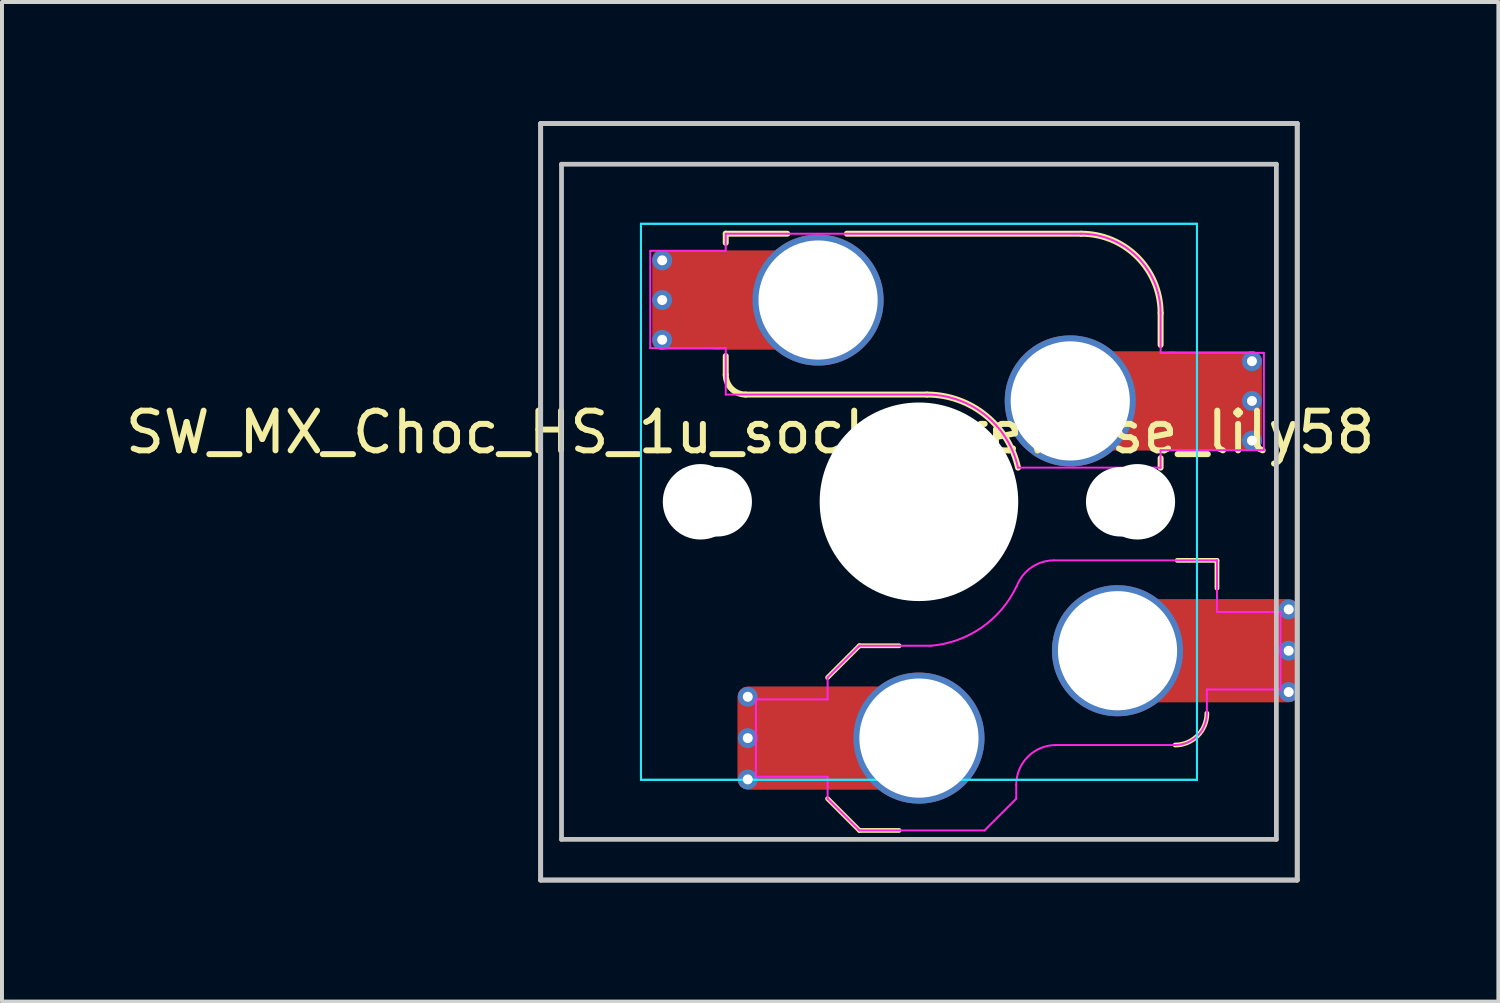
<source format=kicad_pcb>
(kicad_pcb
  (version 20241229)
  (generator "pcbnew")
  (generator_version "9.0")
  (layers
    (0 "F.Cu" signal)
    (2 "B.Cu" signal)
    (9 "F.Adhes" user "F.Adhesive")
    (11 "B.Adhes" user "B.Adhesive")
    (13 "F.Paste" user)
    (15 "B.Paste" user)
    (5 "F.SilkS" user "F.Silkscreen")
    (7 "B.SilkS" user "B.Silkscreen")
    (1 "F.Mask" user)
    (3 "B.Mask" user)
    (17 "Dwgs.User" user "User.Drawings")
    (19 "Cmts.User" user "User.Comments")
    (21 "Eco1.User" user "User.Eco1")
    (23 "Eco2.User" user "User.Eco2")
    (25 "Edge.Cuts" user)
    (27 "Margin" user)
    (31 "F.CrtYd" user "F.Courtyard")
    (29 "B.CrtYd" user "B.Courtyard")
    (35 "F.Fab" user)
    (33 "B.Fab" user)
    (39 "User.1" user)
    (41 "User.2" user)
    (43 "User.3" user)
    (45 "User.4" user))
  (footprint "SW_MX_Choc_HS_1u_socket_reverse_lily58"
    (layer "F.Cu")
    (at 20.089 9.585)
    (property "Reference" "SW_MX_Choc_HS_1u_socket_reverse_lily58" (at -4.25 -1.75 0) (layer "F.SilkS") (effects (font (size 1 1) (thickness 0.15))))
    (attr smd)
    (fp_line (start -4.865 -6.75) (end -4.865 -6.52) (stroke (width 0.15) (type solid)) (layer "F.SilkS"))
    (fp_line (start -4.865 -3.67) (end -4.865 -3.2) (stroke (width 0.15) (type solid)) (layer "F.SilkS"))
    (fp_line (start -4.365 -2.7) (end 0.2 -2.7) (stroke (width 0.15) (type solid)) (layer "F.SilkS"))
    (fp_line (start -3.315 -6.75) (end -4.865 -6.75) (stroke (width 0.15) (type solid)) (layer "F.SilkS"))
    (fp_line (start -2.3 7.475) (end -1.5 8.275) (stroke (width 0.12) (type solid)) (layer "F.SilkS"))
    (fp_line (start -1.5 3.625) (end -2.3 4.425) (stroke (width 0.12) (type solid)) (layer "F.SilkS"))
    (fp_line (start -1.5 3.625) (end -0.5 3.625) (stroke (width 0.12) (type solid)) (layer "F.SilkS"))
    (fp_line (start -1.5 8.275) (end -0.5 8.275) (stroke (width 0.12) (type solid)) (layer "F.SilkS"))
    (fp_line (start 4.085 -6.75) (end -1.815 -6.75) (stroke (width 0.15) (type solid)) (layer "F.SilkS"))
    (fp_line (start 6.085 -3.95) (end 6.085 -4.75) (stroke (width 0.15) (type solid)) (layer "F.SilkS"))
    (fp_line (start 6.085 -1.1) (end 6.085 -0.86) (stroke (width 0.15) (type solid)) (layer "F.SilkS"))
    (fp_line (start 7.504 1.475) (end 6.504 1.475) (stroke (width 0.12) (type solid)) (layer "F.SilkS"))
    (fp_line (start 7.504 1.475) (end 7.504 2.175) (stroke (width 0.12) (type solid)) (layer "F.SilkS"))
    (fp_arc (start -4.364824 -2.70022) (mid -4.718377 -2.846667) (end -4.864824 -3.20022) (stroke (width 0.15) (type solid)) (layer "F.SilkS"))
    (fp_arc (start 0.2 -2.70022) (mid 1.670693 -2.183637) (end 2.494322 -0.86022) (stroke (width 0.15) (type solid)) (layer "F.SilkS"))
    (fp_arc (start 4.085176 -6.75022) (mid 5.49939 -6.164434) (end 6.085176 -4.75022) (stroke (width 0.15) (type solid)) (layer "F.SilkS"))
    (fp_arc (start 7.25 5.325) (mid 7.015685 5.890685) (end 6.45 6.125) (stroke (width 0.12) (type solid)) (layer "F.SilkS"))
    (fp_line (start -9.525 -9.525) (end 9.525 -9.525) (stroke (width 0.12) (type solid)) (layer "Dwgs.User"))
    (fp_line (start -9.525 -9.525) (end 9.525 -9.525) (stroke (width 0.12) (type solid)) (layer "Dwgs.User"))
    (fp_line (start -9.525 9.525) (end -9.525 -9.525) (stroke (width 0.12) (type solid)) (layer "Dwgs.User"))
    (fp_line (start -9.525 9.525) (end -9.525 -9.525) (stroke (width 0.12) (type solid)) (layer "Dwgs.User"))
    (fp_line (start -9 -8.5) (end -9 8.5) (stroke (width 0.12) (type solid)) (layer "Dwgs.User"))
    (fp_line (start -9 8.5) (end 9 8.5) (stroke (width 0.12) (type solid)) (layer "Dwgs.User"))
    (fp_line (start 9 -8.5) (end -9 -8.5) (stroke (width 0.12) (type solid)) (layer "Dwgs.User"))
    (fp_line (start 9 8.5) (end 9 -8.5) (stroke (width 0.12) (type solid)) (layer "Dwgs.User"))
    (fp_line (start 9.525 -9.525) (end 9.525 9.525) (stroke (width 0.12) (type solid)) (layer "Dwgs.User"))
    (fp_line (start 9.525 -9.525) (end 9.525 9.525) (stroke (width 0.12) (type solid)) (layer "Dwgs.User"))
    (fp_line (start 9.525 9.525) (end -9.525 9.525) (stroke (width 0.12) (type solid)) (layer "Dwgs.User"))
    (fp_line (start 9.525 9.525) (end -9.525 9.525) (stroke (width 0.12) (type solid)) (layer "Dwgs.User"))
    (fp_line (start -7 -6.5) (end -7 6.5) (stroke (width 0.05) (type solid)) (layer "Eco2.User"))
    (fp_line (start -6.95 -6.45) (end -6.95 6.45) (stroke (width 0.05) (type solid)) (layer "Eco2.User"))
    (fp_line (start -6.5 7) (end 6.5 7) (stroke (width 0.05) (type solid)) (layer "Eco2.User"))
    (fp_line (start -6.45 6.95) (end 6.45 6.95) (stroke (width 0.05) (type solid)) (layer "Eco2.User"))
    (fp_line (start 6.45 -6.95) (end -6.45 -6.95) (stroke (width 0.05) (type solid)) (layer "Eco2.User"))
    (fp_line (start 6.5 -7) (end -6.5 -7) (stroke (width 0.05) (type solid)) (layer "Eco2.User"))
    (fp_line (start 6.95 6.45) (end 6.95 -6.45) (stroke (width 0.05) (type solid)) (layer "Eco2.User"))
    (fp_line (start 7 6.5) (end 7 -6.5) (stroke (width 0.05) (type solid)) (layer "Eco2.User"))
    (fp_arc (start -7 -6.5) (mid -6.853553 -6.853553) (end -6.5 -7) (stroke (width 0.05) (type solid)) (layer "Eco2.User"))
    (fp_arc (start -6.95 -6.45) (mid -6.803553 -6.803553) (end -6.45 -6.95) (stroke (width 0.05) (type solid)) (layer "Eco2.User"))
    (fp_arc (start -6.497236 6.998884) (mid -6.850789 6.852437) (end -6.997236 6.498884) (stroke (width 0.05) (type solid)) (layer "Eco2.User"))
    (fp_arc (start -6.45 6.95) (mid -6.803553 6.803553) (end -6.95 6.45) (stroke (width 0.05) (type solid)) (layer "Eco2.User"))
    (fp_arc (start 6.45 -6.95) (mid 6.803553 -6.803553) (end 6.95 -6.45) (stroke (width 0.05) (type solid)) (layer "Eco2.User"))
    (fp_arc (start 6.5 -7) (mid 6.853553 -6.853553) (end 7 -6.5) (stroke (width 0.05) (type solid)) (layer "Eco2.User"))
    (fp_arc (start 6.95 6.45) (mid 6.803553 6.803553) (end 6.45 6.95) (stroke (width 0.05) (type solid)) (layer "Eco2.User"))
    (fp_arc (start 7 6.5) (mid 6.853553 6.853553) (end 6.5 7) (stroke (width 0.05) (type solid)) (layer "Eco2.User"))
    (fp_line (start -7 -7) (end -7 7) (stroke (width 0.05) (type solid)) (layer "B.CrtYd"))
    (fp_line (start -7 -7) (end 7 -7) (stroke (width 0.05) (type solid)) (layer "B.CrtYd"))
    (fp_line (start -7 7) (end -7 -7) (stroke (width 0.05) (type solid)) (layer "B.CrtYd"))
    (fp_line (start -7 7) (end 7 7) (stroke (width 0.05) (type solid)) (layer "B.CrtYd"))
    (fp_line (start 7 -7) (end -7 -7) (stroke (width 0.05) (type solid)) (layer "B.CrtYd"))
    (fp_line (start 7 -7) (end 7 7) (stroke (width 0.05) (type solid)) (layer "B.CrtYd"))
    (fp_line (start 7 7) (end -7 7) (stroke (width 0.05) (type solid)) (layer "B.CrtYd"))
    (fp_line (start 7 7) (end 7 -7) (stroke (width 0.05) (type solid)) (layer "B.CrtYd"))
    (fp_line (start -6.765 -6.32) (end -4.865 -6.32) (stroke (width 0.05) (type solid)) (layer "F.CrtYd"))
    (fp_line (start -6.765 -3.87) (end -6.765 -6.32) (stroke (width 0.05) (type solid)) (layer "F.CrtYd"))
    (fp_line (start -4.865 -6.75) (end -4.865 -6.32) (stroke (width 0.05) (type solid)) (layer "F.CrtYd"))
    (fp_line (start -4.865 -3.87) (end -6.765 -3.87) (stroke (width 0.05) (type solid)) (layer "F.CrtYd"))
    (fp_line (start -4.865 -3.87) (end -4.865 -2.7) (stroke (width 0.05) (type solid)) (layer "F.CrtYd"))
    (fp_line (start -4.865 -2.7) (end 0.2 -2.7) (stroke (width 0.05) (type solid)) (layer "F.CrtYd"))
    (fp_line (start -4.104 4.975) (end -4.104 6.925) (stroke (width 0.05) (type solid)) (layer "F.CrtYd"))
    (fp_line (start -4.104 4.975) (end -2.3 4.975) (stroke (width 0.05) (type solid)) (layer "F.CrtYd"))
    (fp_line (start -4.104 6.925) (end -2.3 6.925) (stroke (width 0.05) (type solid)) (layer "F.CrtYd"))
    (fp_line (start -2.3 4.975) (end -2.3 4.425) (stroke (width 0.05) (type solid)) (layer "F.CrtYd"))
    (fp_line (start -2.3 7.475) (end -2.3 6.925) (stroke (width 0.05) (type solid)) (layer "F.CrtYd"))
    (fp_line (start -2.3 7.475) (end -1.5 8.275) (stroke (width 0.05) (type solid)) (layer "F.CrtYd"))
    (fp_line (start -1.5 3.625) (end -2.3 4.425) (stroke (width 0.05) (type solid)) (layer "F.CrtYd"))
    (fp_line (start -1.5 3.625) (end 0.3 3.625) (stroke (width 0.05) (type solid)) (layer "F.CrtYd"))
    (fp_line (start -1.5 8.275) (end 1.65 8.275) (stroke (width 0.05) (type solid)) (layer "F.CrtYd"))
    (fp_line (start 2.45 7.475) (end 1.65 8.275) (stroke (width 0.05) (type solid)) (layer "F.CrtYd"))
    (fp_line (start 2.45 7.475) (end 2.45 7.125) (stroke (width 0.05) (type solid)) (layer "F.CrtYd"))
    (fp_line (start 3.45 6.125) (end 6.45 6.125) (stroke (width 0.05) (type solid)) (layer "F.CrtYd"))
    (fp_line (start 4.085 -6.75) (end -4.865 -6.75) (stroke (width 0.05) (type solid)) (layer "F.CrtYd"))
    (fp_line (start 6.085 -3.75) (end 6.085 -4.75) (stroke (width 0.05) (type solid)) (layer "F.CrtYd"))
    (fp_line (start 6.085 -3.75) (end 8.685 -3.75) (stroke (width 0.05) (type solid)) (layer "F.CrtYd"))
    (fp_line (start 6.085 -1.3) (end 6.085 -0.86) (stroke (width 0.05) (type solid)) (layer "F.CrtYd"))
    (fp_line (start 6.085 -0.86) (end 2.494 -0.86) (stroke (width 0.05) (type solid)) (layer "F.CrtYd"))
    (fp_line (start 7.25 4.725) (end 9.104 4.725) (stroke (width 0.05) (type solid)) (layer "F.CrtYd"))
    (fp_line (start 7.25 5.325) (end 7.25 4.725) (stroke (width 0.05) (type solid)) (layer "F.CrtYd"))
    (fp_line (start 7.504 1.475) (end 3.4 1.475) (stroke (width 0.05) (type solid)) (layer "F.CrtYd"))
    (fp_line (start 7.504 1.475) (end 7.504 2.175) (stroke (width 0.05) (type solid)) (layer "F.CrtYd"))
    (fp_line (start 7.504 2.175) (end 7.504 2.775) (stroke (width 0.05) (type solid)) (layer "F.CrtYd"))
    (fp_line (start 8.685 -3.75) (end 8.685 -1.3) (stroke (width 0.05) (type solid)) (layer "F.CrtYd"))
    (fp_line (start 8.685 -1.3) (end 6.085 -1.3) (stroke (width 0.05) (type solid)) (layer "F.CrtYd"))
    (fp_line (start 9.104 2.775) (end 7.504 2.775) (stroke (width 0.05) (type solid)) (layer "F.CrtYd"))
    (fp_line (start 9.104 4.725) (end 9.104 2.775) (stroke (width 0.05) (type solid)) (layer "F.CrtYd"))
    (fp_arc (start 0.2 -2.70022) (mid 1.670503 -2.183399) (end 2.494322 -0.86022) (stroke (width 0.05) (type solid)) (layer "F.CrtYd"))
    (fp_arc (start 2.45 7.125) (mid 2.742893 6.417893) (end 3.45 6.125) (stroke (width 0.05) (type solid)) (layer "F.CrtYd"))
    (fp_arc (start 2.455444 2.13293) (mid 1.577271 3.167234) (end 0.299999 3.624999) (stroke (width 0.05) (type solid)) (layer "F.CrtYd"))
    (fp_arc (start 2.460307 2.13298) (mid 2.826423 1.655848) (end 3.4 1.475) (stroke (width 0.05) (type solid)) (layer "F.CrtYd"))
    (fp_arc (start 4.085176 -6.75022) (mid 5.49939 -6.164434) (end 6.085176 -4.75022) (stroke (width 0.05) (type solid)) (layer "F.CrtYd"))
    (fp_arc (start 7.25 5.325) (mid 7.015685 5.890685) (end 6.45 6.125) (stroke (width 0.05) (type solid)) (layer "F.CrtYd"))
    (pad "" np_thru_hole circle (at -5.5 0 180) (size 1.9 1.9) (drill 1.9) (layers "*.Cu" "*.Mask"))
    (pad "" np_thru_hole circle (at -5.08 0) (size 1.75 1.75) (drill 1.75) (layers "*.Cu" "*.Mask"))
    (pad "" np_thru_hole circle (at 0 0 180) (size 5 5) (drill 5) (layers "*.Cu" "*.Mask"))
    (pad "" np_thru_hole circle (at 5.08 0) (size 1.75 1.75) (drill 1.75) (layers "*.Cu" "*.Mask"))
    (pad "" np_thru_hole circle (at 5.5 0 180) (size 1.9 1.9) (drill 1.9) (layers "*.Cu" "*.Mask"))
    (pad "1" thru_hole circle (at 3.81 -2.54) (size 3.3 3.3) (drill 3) (layers "*.Cu" "*.Mask"))
    (pad "1" thru_hole circle (at 5 3.75) (size 3.3 3.3) (drill 3) (layers "*.Cu" "*.Mask"))
    (pad "1" smd rect (at 5.635 -2.54 180) (size 1.65 2.5) (layers "F.Cu"))
    (pad "1" smd rect (at 6.55 3.75) (size 1.2 2.6) (layers "F.Cu"))
    (pad "1" smd roundrect (at 7.36 -2.54) (size 2.55 2.5) (layers "F.Cu" "F.Mask" "F.Paste") (roundrect_rratio 0.1))
    (pad "1" smd roundrect (at 8.245 3.75) (size 2.65 2.6) (layers "F.Cu" "F.Mask" "F.Paste") (roundrect_rratio 0.1))
    (pad "1" thru_hole circle (at 8.385 -3.54) (size 0.5 0.5) (drill 0.25) (layers "*.Cu"))
    (pad "1" thru_hole circle (at 8.385 -2.54) (size 0.5 0.5) (drill 0.25) (layers "*.Cu"))
    (pad "1" thru_hole circle (at 8.385 -1.54) (size 0.5 0.5) (drill 0.25) (layers "*.Cu"))
    (pad "1" thru_hole circle (at 9.31 2.71) (size 0.5 0.5) (drill 0.25) (layers "*.Cu"))
    (pad "1" thru_hole circle (at 9.31 3.75) (size 0.5 0.5) (drill 0.25) (layers "*.Cu"))
    (pad "1" thru_hole circle (at 9.31 4.79) (size 0.5 0.5) (drill 0.25) (layers "*.Cu"))
    (pad "2" thru_hole circle (at -6.465 -6.08) (size 0.5 0.5) (drill 0.25) (layers "*.Cu"))
    (pad "2" thru_hole circle (at -6.465 -5.08) (size 0.5 0.5) (drill 0.25) (layers "*.Cu"))
    (pad "2" thru_hole circle (at -6.465 -4.08) (size 0.5 0.5) (drill 0.25) (layers "*.Cu"))
    (pad "2" smd roundrect (at -5.765 -5.08) (size 1.9 2.5) (layers "F.Cu" "F.Mask" "F.Paste") (roundrect_rratio 0.1))
    (pad "2" smd rect (at -4.34 -5.08) (size 1.65 2.5) (layers "F.Cu"))
    (pad "2" thru_hole circle (at -4.31 4.91) (size 0.5 0.5) (drill 0.25) (layers "*.Cu"))
    (pad "2" thru_hole circle (at -4.31 5.95) (size 0.5 0.5) (drill 0.25) (layers "*.Cu"))
    (pad "2" thru_hole circle (at -4.31 6.99) (size 0.5 0.5) (drill 0.25) (layers "*.Cu"))
    (pad "2" smd roundrect (at -3.245 5.95) (size 2.65 2.6) (layers "F.Cu" "F.Mask" "F.Paste") (roundrect_rratio 0.1))
    (pad "2" thru_hole circle (at -2.54 -5.08) (size 3.3 3.3) (drill 3) (layers "*.Cu" "*.Mask"))
    (pad "2" smd rect (at -1.55 5.95 180) (size 1.2 2.6) (layers "F.Cu"))
    (pad "2" thru_hole circle (at 0 5.95) (size 3.3 3.3) (drill 3) (layers "*.Cu" "*.Mask")))
  (gr_rect
    (start -3 -3)
    (end 34.679 22.17)
    (stroke (width 0.1) (type default))
    (fill no)
    (layer "Edge.Cuts")))
</source>
